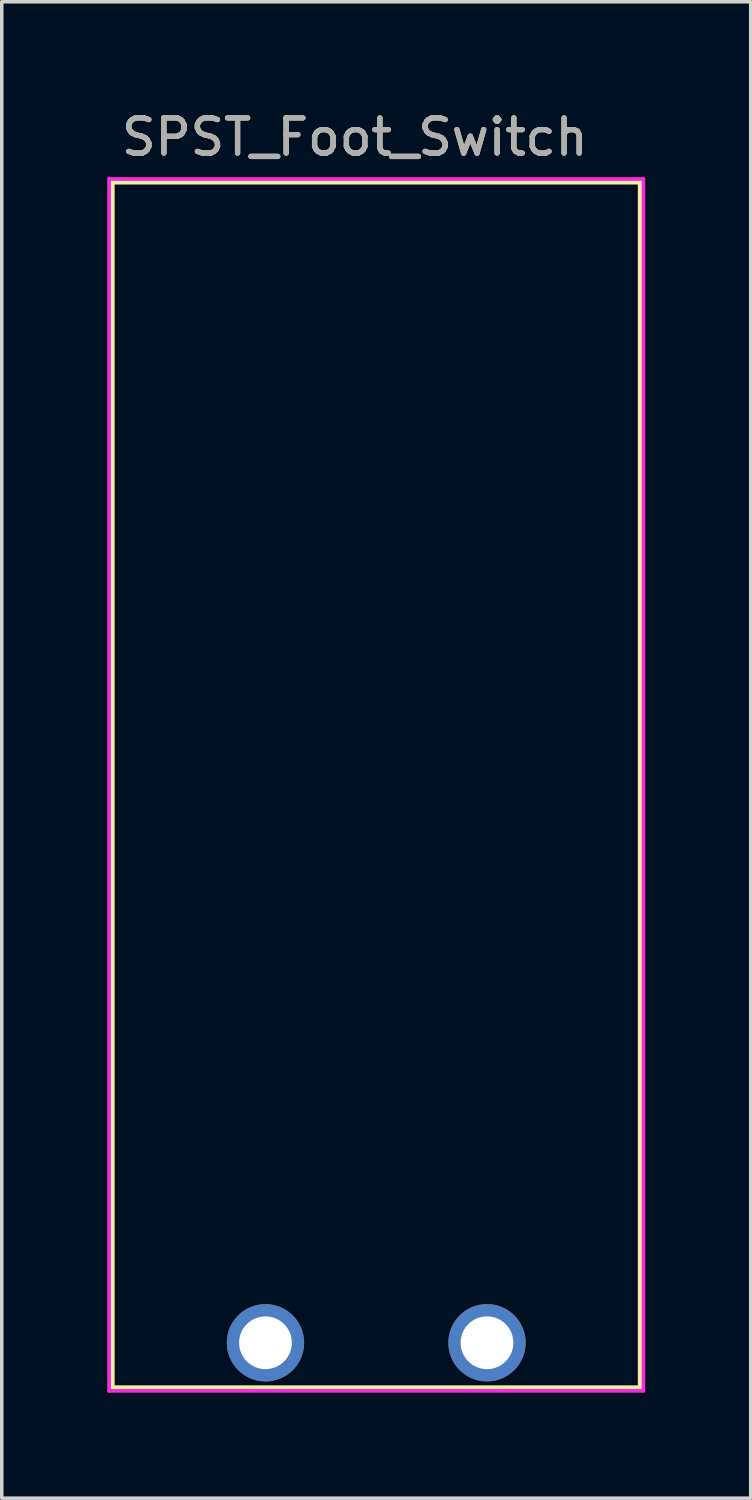
<source format=kicad_pcb>
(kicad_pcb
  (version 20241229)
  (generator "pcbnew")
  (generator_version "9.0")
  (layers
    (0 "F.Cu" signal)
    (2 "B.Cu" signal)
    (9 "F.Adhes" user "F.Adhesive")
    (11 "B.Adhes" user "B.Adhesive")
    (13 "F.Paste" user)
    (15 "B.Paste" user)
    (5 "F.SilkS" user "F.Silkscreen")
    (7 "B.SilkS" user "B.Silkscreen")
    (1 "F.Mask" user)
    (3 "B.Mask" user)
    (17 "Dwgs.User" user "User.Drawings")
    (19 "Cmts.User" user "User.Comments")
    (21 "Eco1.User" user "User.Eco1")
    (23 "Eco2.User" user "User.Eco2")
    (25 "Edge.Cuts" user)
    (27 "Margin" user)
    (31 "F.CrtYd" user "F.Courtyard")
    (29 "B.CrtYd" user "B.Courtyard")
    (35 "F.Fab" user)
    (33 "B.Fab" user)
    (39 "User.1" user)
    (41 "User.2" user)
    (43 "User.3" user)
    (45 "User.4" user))
  (footprint "SPST_Foot_Switch"
    (layer "F.Cu")
    (at 4.5 35.138)
    (property "Reference" "SPST_Foot_Switch" (at 2.54 -34.29 0) (layer "F.SilkS") (effects (font (size 1 1) (thickness 0.15))))
    (attr through_hole)
    (fp_line (start -4.35 -33) (end -4.35 1.27) (stroke (width 0.12) (type solid)) (layer "F.SilkS"))
    (fp_line (start -4.35 1.27) (end 10.65 1.27) (stroke (width 0.12) (type solid)) (layer "F.SilkS"))
    (fp_line (start 10.65 -33) (end -4.35 -33) (stroke (width 0.12) (type solid)) (layer "F.SilkS"))
    (fp_line (start 10.65 1.27) (end 10.65 -33) (stroke (width 0.12) (type solid)) (layer "F.SilkS"))
    (fp_line (start -4.45 -33.1) (end 10.75 -33.1) (stroke (width 0.1) (type solid)) (layer "F.CrtYd"))
    (fp_line (start -4.45 1.37) (end -4.45 -33.1) (stroke (width 0.1) (type solid)) (layer "F.CrtYd"))
    (fp_line (start 10.75 -33.1) (end 10.75 1.37) (stroke (width 0.1) (type solid)) (layer "F.CrtYd"))
    (fp_line (start 10.75 1.37) (end -4.45 1.37) (stroke (width 0.1) (type solid)) (layer "F.CrtYd"))
    (fp_text user "${REFERENCE}" (at 2.54 -34.29 0) (layer "F.Fab") (effects (font (size 1 1) (thickness 0.15))))
    (pad "1" thru_hole circle (at 0 0) (size 2.2 2.2) (drill 1.5) (layers "*.Cu" "*.Mask"))
    (pad "2" thru_hole circle (at 6.3 0) (size 2.2 2.2) (drill 1.5) (layers "*.Cu" "*.Mask")))
  (gr_rect
    (start -3 -3)
    (end 18.3 39.558)
    (stroke (width 0.1) (type default))
    (fill no)
    (layer "Edge.Cuts")))
</source>
